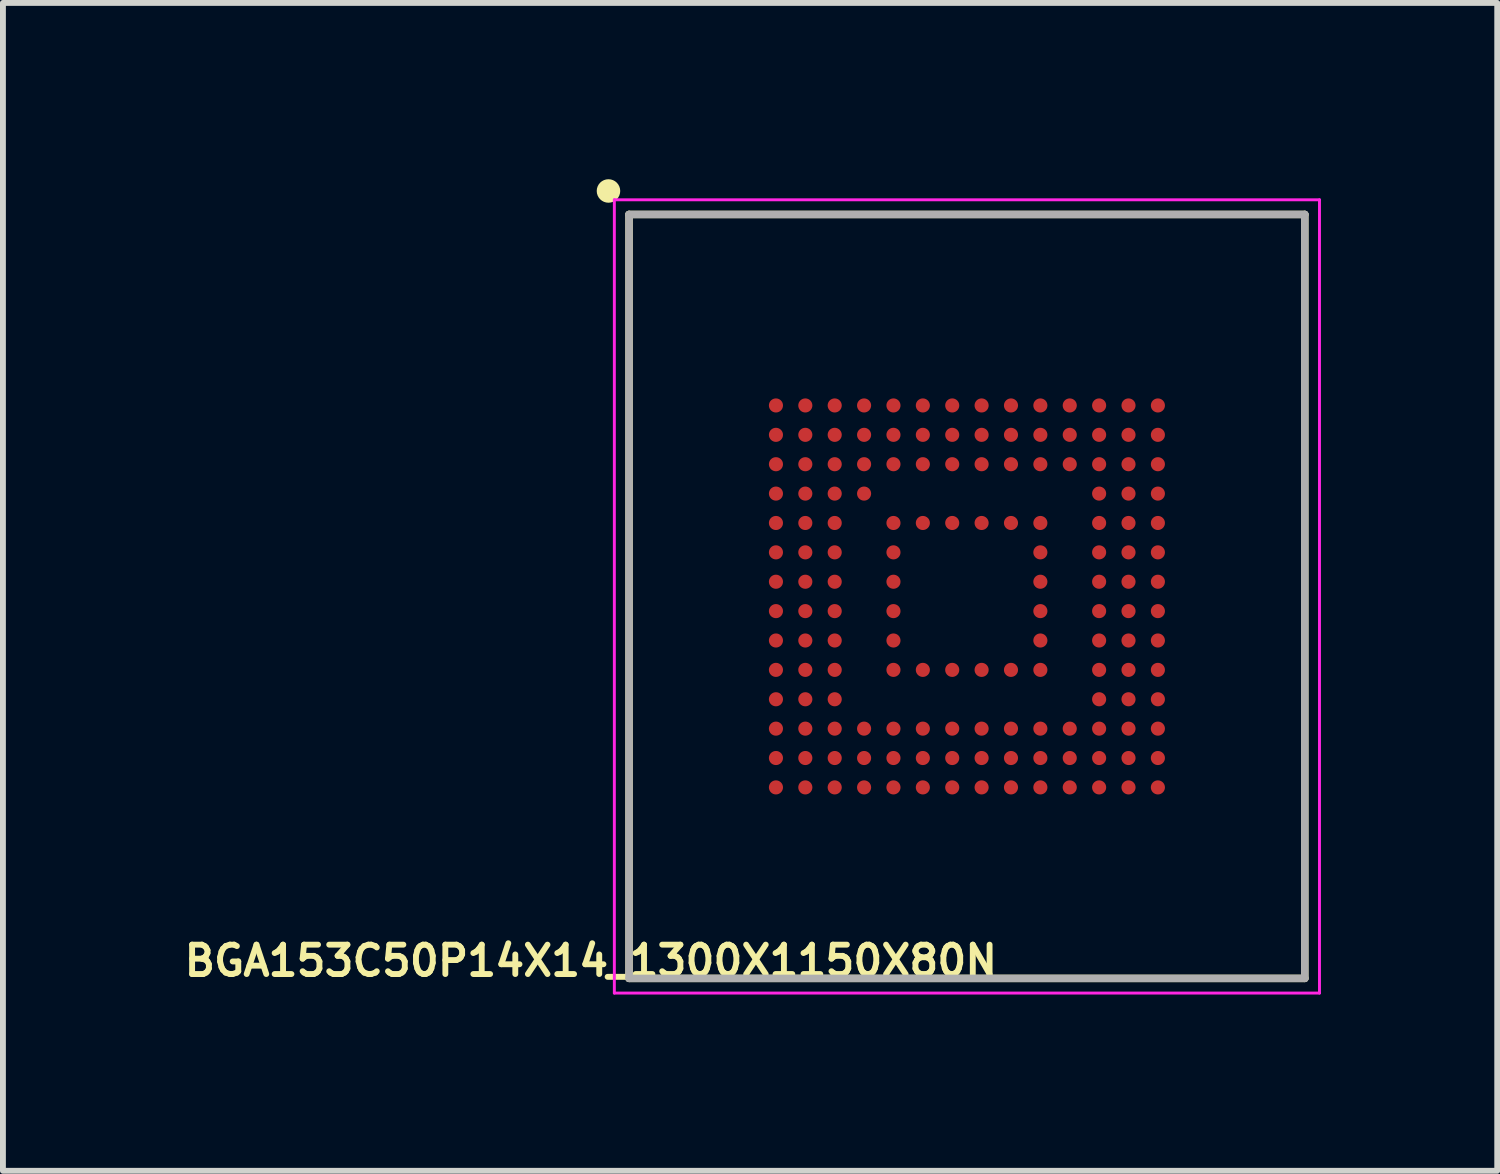
<source format=kicad_pcb>
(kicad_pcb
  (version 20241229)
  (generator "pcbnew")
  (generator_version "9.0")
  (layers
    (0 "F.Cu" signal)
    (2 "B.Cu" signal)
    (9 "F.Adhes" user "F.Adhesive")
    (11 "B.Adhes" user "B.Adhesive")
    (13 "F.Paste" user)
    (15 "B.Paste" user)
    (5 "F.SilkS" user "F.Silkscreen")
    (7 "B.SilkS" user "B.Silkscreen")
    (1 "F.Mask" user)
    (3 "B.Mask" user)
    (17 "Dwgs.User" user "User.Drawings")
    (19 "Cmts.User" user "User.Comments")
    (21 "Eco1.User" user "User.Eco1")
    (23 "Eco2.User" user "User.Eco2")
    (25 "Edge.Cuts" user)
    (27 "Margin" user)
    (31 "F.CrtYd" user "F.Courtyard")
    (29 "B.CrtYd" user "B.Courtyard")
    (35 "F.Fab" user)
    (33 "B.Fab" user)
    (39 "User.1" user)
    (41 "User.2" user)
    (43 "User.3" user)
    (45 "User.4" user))
  (footprint "BGA153C50P14X14_1300X1150X80N"
    (layer "F.Cu")
    (at 13.405 7.1)
    (property "Reference" "BGA153C50P14X14_1300X1150X80N" (at -6.4 6.2 0) (layer "F.SilkS") (effects (font (size 0.5 0.5) (thickness 0.1))))
    (attr smd)
    (fp_line (start -5.75 6.5) (end -5.75 -6.5) (stroke (width 0.127) (type solid)) (layer "F.SilkS"))
    (fp_line (start 5.75 -6.5) (end -5.75 -6.5) (stroke (width 0.127) (type solid)) (layer "F.SilkS"))
    (fp_line (start 5.75 6.5) (end -5.75 6.5) (stroke (width 0.127) (type solid)) (layer "F.SilkS"))
    (fp_line (start 5.75 6.5) (end 5.75 -6.5) (stroke (width 0.127) (type solid)) (layer "F.SilkS"))
    (fp_circle (center -6.1 -6.9) (end -6 -6.9) (stroke (width 0.2) (type solid)) (fill no) (layer "F.SilkS"))
    (fp_line (start -6 -6.75) (end 6 -6.75) (stroke (width 0.05) (type solid)) (layer "F.CrtYd"))
    (fp_line (start -6 6.75) (end -6 -6.75) (stroke (width 0.05) (type solid)) (layer "F.CrtYd"))
    (fp_line (start -6 6.75) (end 6 6.75) (stroke (width 0.05) (type solid)) (layer "F.CrtYd"))
    (fp_line (start 6 6.75) (end 6 -6.75) (stroke (width 0.05) (type solid)) (layer "F.CrtYd"))
    (fp_line (start -5.75 6.5) (end -5.75 -6.5) (stroke (width 0.127) (type solid)) (layer "F.Fab"))
    (fp_line (start 5.75 -6.5) (end -5.75 -6.5) (stroke (width 0.127) (type solid)) (layer "F.Fab"))
    (fp_line (start 5.75 6.5) (end -5.75 6.5) (stroke (width 0.127) (type solid)) (layer "F.Fab"))
    (fp_line (start 5.75 6.5) (end 5.75 -6.5) (stroke (width 0.127) (type solid)) (layer "F.Fab"))
    (pad "A1" smd circle (at -3.25 -3.25) (size 0.24 0.24) (layers "F.Cu" "F.Mask" "F.Paste"))
    (pad "A2" smd circle (at -2.75 -3.25) (size 0.24 0.24) (layers "F.Cu" "F.Mask" "F.Paste"))
    (pad "A3" smd circle (at -2.25 -3.25) (size 0.24 0.24) (layers "F.Cu" "F.Mask" "F.Paste"))
    (pad "A4" smd circle (at -1.75 -3.25) (size 0.24 0.24) (layers "F.Cu" "F.Mask" "F.Paste"))
    (pad "A5" smd circle (at -1.25 -3.25) (size 0.24 0.24) (layers "F.Cu" "F.Mask" "F.Paste"))
    (pad "A6" smd circle (at -0.75 -3.25) (size 0.24 0.24) (layers "F.Cu" "F.Mask" "F.Paste"))
    (pad "A7" smd circle (at -0.25 -3.25) (size 0.24 0.24) (layers "F.Cu" "F.Mask" "F.Paste"))
    (pad "A8" smd circle (at 0.25 -3.25) (size 0.24 0.24) (layers "F.Cu" "F.Mask" "F.Paste"))
    (pad "A9" smd circle (at 0.75 -3.25) (size 0.24 0.24) (layers "F.Cu" "F.Mask" "F.Paste"))
    (pad "A10" smd circle (at 1.25 -3.25) (size 0.24 0.24) (layers "F.Cu" "F.Mask" "F.Paste"))
    (pad "A11" smd circle (at 1.75 -3.25) (size 0.24 0.24) (layers "F.Cu" "F.Mask" "F.Paste"))
    (pad "A12" smd circle (at 2.25 -3.25) (size 0.24 0.24) (layers "F.Cu" "F.Mask" "F.Paste"))
    (pad "A13" smd circle (at 2.75 -3.25) (size 0.24 0.24) (layers "F.Cu" "F.Mask" "F.Paste"))
    (pad "A14" smd circle (at 3.25 -3.25) (size 0.24 0.24) (layers "F.Cu" "F.Mask" "F.Paste"))
    (pad "B1" smd circle (at -3.25 -2.75) (size 0.24 0.24) (layers "F.Cu" "F.Mask" "F.Paste"))
    (pad "B2" smd circle (at -2.75 -2.75) (size 0.24 0.24) (layers "F.Cu" "F.Mask" "F.Paste"))
    (pad "B3" smd circle (at -2.25 -2.75) (size 0.24 0.24) (layers "F.Cu" "F.Mask" "F.Paste"))
    (pad "B4" smd circle (at -1.75 -2.75) (size 0.24 0.24) (layers "F.Cu" "F.Mask" "F.Paste"))
    (pad "B5" smd circle (at -1.25 -2.75) (size 0.24 0.24) (layers "F.Cu" "F.Mask" "F.Paste"))
    (pad "B6" smd circle (at -0.75 -2.75) (size 0.24 0.24) (layers "F.Cu" "F.Mask" "F.Paste"))
    (pad "B7" smd circle (at -0.25 -2.75) (size 0.24 0.24) (layers "F.Cu" "F.Mask" "F.Paste"))
    (pad "B8" smd circle (at 0.25 -2.75) (size 0.24 0.24) (layers "F.Cu" "F.Mask" "F.Paste"))
    (pad "B9" smd circle (at 0.75 -2.75) (size 0.24 0.24) (layers "F.Cu" "F.Mask" "F.Paste"))
    (pad "B10" smd circle (at 1.25 -2.75) (size 0.24 0.24) (layers "F.Cu" "F.Mask" "F.Paste"))
    (pad "B11" smd circle (at 1.75 -2.75) (size 0.24 0.24) (layers "F.Cu" "F.Mask" "F.Paste"))
    (pad "B12" smd circle (at 2.25 -2.75) (size 0.24 0.24) (layers "F.Cu" "F.Mask" "F.Paste"))
    (pad "B13" smd circle (at 2.75 -2.75) (size 0.24 0.24) (layers "F.Cu" "F.Mask" "F.Paste"))
    (pad "B14" smd circle (at 3.25 -2.75) (size 0.24 0.24) (layers "F.Cu" "F.Mask" "F.Paste"))
    (pad "C1" smd circle (at -3.25 -2.25) (size 0.24 0.24) (layers "F.Cu" "F.Mask" "F.Paste"))
    (pad "C2" smd circle (at -2.75 -2.25) (size 0.24 0.24) (layers "F.Cu" "F.Mask" "F.Paste"))
    (pad "C3" smd circle (at -2.25 -2.25) (size 0.24 0.24) (layers "F.Cu" "F.Mask" "F.Paste"))
    (pad "C4" smd circle (at -1.75 -2.25) (size 0.24 0.24) (layers "F.Cu" "F.Mask" "F.Paste"))
    (pad "C5" smd circle (at -1.25 -2.25) (size 0.24 0.24) (layers "F.Cu" "F.Mask" "F.Paste"))
    (pad "C6" smd circle (at -0.75 -2.25) (size 0.24 0.24) (layers "F.Cu" "F.Mask" "F.Paste"))
    (pad "C7" smd circle (at -0.25 -2.25) (size 0.24 0.24) (layers "F.Cu" "F.Mask" "F.Paste"))
    (pad "C8" smd circle (at 0.25 -2.25) (size 0.24 0.24) (layers "F.Cu" "F.Mask" "F.Paste"))
    (pad "C9" smd circle (at 0.75 -2.25) (size 0.24 0.24) (layers "F.Cu" "F.Mask" "F.Paste"))
    (pad "C10" smd circle (at 1.25 -2.25) (size 0.24 0.24) (layers "F.Cu" "F.Mask" "F.Paste"))
    (pad "C11" smd circle (at 1.75 -2.25) (size 0.24 0.24) (layers "F.Cu" "F.Mask" "F.Paste"))
    (pad "C12" smd circle (at 2.25 -2.25) (size 0.24 0.24) (layers "F.Cu" "F.Mask" "F.Paste"))
    (pad "C13" smd circle (at 2.75 -2.25) (size 0.24 0.24) (layers "F.Cu" "F.Mask" "F.Paste"))
    (pad "C14" smd circle (at 3.25 -2.25) (size 0.24 0.24) (layers "F.Cu" "F.Mask" "F.Paste"))
    (pad "D1" smd circle (at -3.25 -1.75) (size 0.24 0.24) (layers "F.Cu" "F.Mask" "F.Paste"))
    (pad "D2" smd circle (at -2.75 -1.75) (size 0.24 0.24) (layers "F.Cu" "F.Mask" "F.Paste"))
    (pad "D3" smd circle (at -2.25 -1.75) (size 0.24 0.24) (layers "F.Cu" "F.Mask" "F.Paste"))
    (pad "D4" smd circle (at -1.75 -1.75) (size 0.24 0.24) (layers "F.Cu" "F.Mask" "F.Paste"))
    (pad "D12" smd circle (at 2.25 -1.75) (size 0.24 0.24) (layers "F.Cu" "F.Mask" "F.Paste"))
    (pad "D13" smd circle (at 2.75 -1.75) (size 0.24 0.24) (layers "F.Cu" "F.Mask" "F.Paste"))
    (pad "D14" smd circle (at 3.25 -1.75) (size 0.24 0.24) (layers "F.Cu" "F.Mask" "F.Paste"))
    (pad "E1" smd circle (at -3.25 -1.25) (size 0.24 0.24) (layers "F.Cu" "F.Mask" "F.Paste"))
    (pad "E2" smd circle (at -2.75 -1.25) (size 0.24 0.24) (layers "F.Cu" "F.Mask" "F.Paste"))
    (pad "E3" smd circle (at -2.25 -1.25) (size 0.24 0.24) (layers "F.Cu" "F.Mask" "F.Paste"))
    (pad "E5" smd circle (at -1.25 -1.25) (size 0.24 0.24) (layers "F.Cu" "F.Mask" "F.Paste"))
    (pad "E6" smd circle (at -0.75 -1.25) (size 0.24 0.24) (layers "F.Cu" "F.Mask" "F.Paste"))
    (pad "E7" smd circle (at -0.25 -1.25) (size 0.24 0.24) (layers "F.Cu" "F.Mask" "F.Paste"))
    (pad "E8" smd circle (at 0.25 -1.25) (size 0.24 0.24) (layers "F.Cu" "F.Mask" "F.Paste"))
    (pad "E9" smd circle (at 0.75 -1.25) (size 0.24 0.24) (layers "F.Cu" "F.Mask" "F.Paste"))
    (pad "E10" smd circle (at 1.25 -1.25) (size 0.24 0.24) (layers "F.Cu" "F.Mask" "F.Paste"))
    (pad "E12" smd circle (at 2.25 -1.25) (size 0.24 0.24) (layers "F.Cu" "F.Mask" "F.Paste"))
    (pad "E13" smd circle (at 2.75 -1.25) (size 0.24 0.24) (layers "F.Cu" "F.Mask" "F.Paste"))
    (pad "E14" smd circle (at 3.25 -1.25) (size 0.24 0.24) (layers "F.Cu" "F.Mask" "F.Paste"))
    (pad "F1" smd circle (at -3.25 -0.75) (size 0.24 0.24) (layers "F.Cu" "F.Mask" "F.Paste"))
    (pad "F2" smd circle (at -2.75 -0.75) (size 0.24 0.24) (layers "F.Cu" "F.Mask" "F.Paste"))
    (pad "F3" smd circle (at -2.25 -0.75) (size 0.24 0.24) (layers "F.Cu" "F.Mask" "F.Paste"))
    (pad "F5" smd circle (at -1.25 -0.75) (size 0.24 0.24) (layers "F.Cu" "F.Mask" "F.Paste"))
    (pad "F10" smd circle (at 1.25 -0.75) (size 0.24 0.24) (layers "F.Cu" "F.Mask" "F.Paste"))
    (pad "F12" smd circle (at 2.25 -0.75) (size 0.24 0.24) (layers "F.Cu" "F.Mask" "F.Paste"))
    (pad "F13" smd circle (at 2.75 -0.75) (size 0.24 0.24) (layers "F.Cu" "F.Mask" "F.Paste"))
    (pad "F14" smd circle (at 3.25 -0.75) (size 0.24 0.24) (layers "F.Cu" "F.Mask" "F.Paste"))
    (pad "G1" smd circle (at -3.25 -0.25) (size 0.24 0.24) (layers "F.Cu" "F.Mask" "F.Paste"))
    (pad "G2" smd circle (at -2.75 -0.25) (size 0.24 0.24) (layers "F.Cu" "F.Mask" "F.Paste"))
    (pad "G3" smd circle (at -2.25 -0.25) (size 0.24 0.24) (layers "F.Cu" "F.Mask" "F.Paste"))
    (pad "G5" smd circle (at -1.25 -0.25) (size 0.24 0.24) (layers "F.Cu" "F.Mask" "F.Paste"))
    (pad "G10" smd circle (at 1.25 -0.25) (size 0.24 0.24) (layers "F.Cu" "F.Mask" "F.Paste"))
    (pad "G12" smd circle (at 2.25 -0.25) (size 0.24 0.24) (layers "F.Cu" "F.Mask" "F.Paste"))
    (pad "G13" smd circle (at 2.75 -0.25) (size 0.24 0.24) (layers "F.Cu" "F.Mask" "F.Paste"))
    (pad "G14" smd circle (at 3.25 -0.25) (size 0.24 0.24) (layers "F.Cu" "F.Mask" "F.Paste"))
    (pad "H1" smd circle (at -3.25 0.25) (size 0.24 0.24) (layers "F.Cu" "F.Mask" "F.Paste"))
    (pad "H2" smd circle (at -2.75 0.25) (size 0.24 0.24) (layers "F.Cu" "F.Mask" "F.Paste"))
    (pad "H3" smd circle (at -2.25 0.25) (size 0.24 0.24) (layers "F.Cu" "F.Mask" "F.Paste"))
    (pad "H5" smd circle (at -1.25 0.25) (size 0.24 0.24) (layers "F.Cu" "F.Mask" "F.Paste"))
    (pad "H10" smd circle (at 1.25 0.25) (size 0.24 0.24) (layers "F.Cu" "F.Mask" "F.Paste"))
    (pad "H12" smd circle (at 2.25 0.25) (size 0.24 0.24) (layers "F.Cu" "F.Mask" "F.Paste"))
    (pad "H13" smd circle (at 2.75 0.25) (size 0.24 0.24) (layers "F.Cu" "F.Mask" "F.Paste"))
    (pad "H14" smd circle (at 3.25 0.25) (size 0.24 0.24) (layers "F.Cu" "F.Mask" "F.Paste"))
    (pad "J1" smd circle (at -3.25 0.75) (size 0.24 0.24) (layers "F.Cu" "F.Mask" "F.Paste"))
    (pad "J2" smd circle (at -2.75 0.75) (size 0.24 0.24) (layers "F.Cu" "F.Mask" "F.Paste"))
    (pad "J3" smd circle (at -2.25 0.75) (size 0.24 0.24) (layers "F.Cu" "F.Mask" "F.Paste"))
    (pad "J5" smd circle (at -1.25 0.75) (size 0.24 0.24) (layers "F.Cu" "F.Mask" "F.Paste"))
    (pad "J10" smd circle (at 1.25 0.75) (size 0.24 0.24) (layers "F.Cu" "F.Mask" "F.Paste"))
    (pad "J12" smd circle (at 2.25 0.75) (size 0.24 0.24) (layers "F.Cu" "F.Mask" "F.Paste"))
    (pad "J13" smd circle (at 2.75 0.75) (size 0.24 0.24) (layers "F.Cu" "F.Mask" "F.Paste"))
    (pad "J14" smd circle (at 3.25 0.75) (size 0.24 0.24) (layers "F.Cu" "F.Mask" "F.Paste"))
    (pad "K1" smd circle (at -3.25 1.25) (size 0.24 0.24) (layers "F.Cu" "F.Mask" "F.Paste"))
    (pad "K2" smd circle (at -2.75 1.25) (size 0.24 0.24) (layers "F.Cu" "F.Mask" "F.Paste"))
    (pad "K3" smd circle (at -2.25 1.25) (size 0.24 0.24) (layers "F.Cu" "F.Mask" "F.Paste"))
    (pad "K5" smd circle (at -1.25 1.25) (size 0.24 0.24) (layers "F.Cu" "F.Mask" "F.Paste"))
    (pad "K6" smd circle (at -0.75 1.25) (size 0.24 0.24) (layers "F.Cu" "F.Mask" "F.Paste"))
    (pad "K7" smd circle (at -0.25 1.25) (size 0.24 0.24) (layers "F.Cu" "F.Mask" "F.Paste"))
    (pad "K8" smd circle (at 0.25 1.25) (size 0.24 0.24) (layers "F.Cu" "F.Mask" "F.Paste"))
    (pad "K9" smd circle (at 0.75 1.25) (size 0.24 0.24) (layers "F.Cu" "F.Mask" "F.Paste"))
    (pad "K10" smd circle (at 1.25 1.25) (size 0.24 0.24) (layers "F.Cu" "F.Mask" "F.Paste"))
    (pad "K12" smd circle (at 2.25 1.25) (size 0.24 0.24) (layers "F.Cu" "F.Mask" "F.Paste"))
    (pad "K13" smd circle (at 2.75 1.25) (size 0.24 0.24) (layers "F.Cu" "F.Mask" "F.Paste"))
    (pad "K14" smd circle (at 3.25 1.25) (size 0.24 0.24) (layers "F.Cu" "F.Mask" "F.Paste"))
    (pad "L1" smd circle (at -3.25 1.75) (size 0.24 0.24) (layers "F.Cu" "F.Mask" "F.Paste"))
    (pad "L2" smd circle (at -2.75 1.75) (size 0.24 0.24) (layers "F.Cu" "F.Mask" "F.Paste"))
    (pad "L3" smd circle (at -2.25 1.75) (size 0.24 0.24) (layers "F.Cu" "F.Mask" "F.Paste"))
    (pad "L12" smd circle (at 2.25 1.75) (size 0.24 0.24) (layers "F.Cu" "F.Mask" "F.Paste"))
    (pad "L13" smd circle (at 2.75 1.75) (size 0.24 0.24) (layers "F.Cu" "F.Mask" "F.Paste"))
    (pad "L14" smd circle (at 3.25 1.75) (size 0.24 0.24) (layers "F.Cu" "F.Mask" "F.Paste"))
    (pad "M1" smd circle (at -3.25 2.25) (size 0.24 0.24) (layers "F.Cu" "F.Mask" "F.Paste"))
    (pad "M2" smd circle (at -2.75 2.25) (size 0.24 0.24) (layers "F.Cu" "F.Mask" "F.Paste"))
    (pad "M3" smd circle (at -2.25 2.25) (size 0.24 0.24) (layers "F.Cu" "F.Mask" "F.Paste"))
    (pad "M4" smd circle (at -1.75 2.25) (size 0.24 0.24) (layers "F.Cu" "F.Mask" "F.Paste"))
    (pad "M5" smd circle (at -1.25 2.25) (size 0.24 0.24) (layers "F.Cu" "F.Mask" "F.Paste"))
    (pad "M6" smd circle (at -0.75 2.25) (size 0.24 0.24) (layers "F.Cu" "F.Mask" "F.Paste"))
    (pad "M7" smd circle (at -0.25 2.25) (size 0.24 0.24) (layers "F.Cu" "F.Mask" "F.Paste"))
    (pad "M8" smd circle (at 0.25 2.25) (size 0.24 0.24) (layers "F.Cu" "F.Mask" "F.Paste"))
    (pad "M9" smd circle (at 0.75 2.25) (size 0.24 0.24) (layers "F.Cu" "F.Mask" "F.Paste"))
    (pad "M10" smd circle (at 1.25 2.25) (size 0.24 0.24) (layers "F.Cu" "F.Mask" "F.Paste"))
    (pad "M11" smd circle (at 1.75 2.25) (size 0.24 0.24) (layers "F.Cu" "F.Mask" "F.Paste"))
    (pad "M12" smd circle (at 2.25 2.25) (size 0.24 0.24) (layers "F.Cu" "F.Mask" "F.Paste"))
    (pad "M13" smd circle (at 2.75 2.25) (size 0.24 0.24) (layers "F.Cu" "F.Mask" "F.Paste"))
    (pad "M14" smd circle (at 3.25 2.25) (size 0.24 0.24) (layers "F.Cu" "F.Mask" "F.Paste"))
    (pad "N1" smd circle (at -3.25 2.75) (size 0.24 0.24) (layers "F.Cu" "F.Mask" "F.Paste"))
    (pad "N2" smd circle (at -2.75 2.75) (size 0.24 0.24) (layers "F.Cu" "F.Mask" "F.Paste"))
    (pad "N3" smd circle (at -2.25 2.75) (size 0.24 0.24) (layers "F.Cu" "F.Mask" "F.Paste"))
    (pad "N4" smd circle (at -1.75 2.75) (size 0.24 0.24) (layers "F.Cu" "F.Mask" "F.Paste"))
    (pad "N5" smd circle (at -1.25 2.75) (size 0.24 0.24) (layers "F.Cu" "F.Mask" "F.Paste"))
    (pad "N6" smd circle (at -0.75 2.75) (size 0.24 0.24) (layers "F.Cu" "F.Mask" "F.Paste"))
    (pad "N7" smd circle (at -0.25 2.75) (size 0.24 0.24) (layers "F.Cu" "F.Mask" "F.Paste"))
    (pad "N8" smd circle (at 0.25 2.75) (size 0.24 0.24) (layers "F.Cu" "F.Mask" "F.Paste"))
    (pad "N9" smd circle (at 0.75 2.75) (size 0.24 0.24) (layers "F.Cu" "F.Mask" "F.Paste"))
    (pad "N10" smd circle (at 1.25 2.75) (size 0.24 0.24) (layers "F.Cu" "F.Mask" "F.Paste"))
    (pad "N11" smd circle (at 1.75 2.75) (size 0.24 0.24) (layers "F.Cu" "F.Mask" "F.Paste"))
    (pad "N12" smd circle (at 2.25 2.75) (size 0.24 0.24) (layers "F.Cu" "F.Mask" "F.Paste"))
    (pad "N13" smd circle (at 2.75 2.75) (size 0.24 0.24) (layers "F.Cu" "F.Mask" "F.Paste"))
    (pad "N14" smd circle (at 3.25 2.75) (size 0.24 0.24) (layers "F.Cu" "F.Mask" "F.Paste"))
    (pad "P1" smd circle (at -3.25 3.25) (size 0.24 0.24) (layers "F.Cu" "F.Mask" "F.Paste"))
    (pad "P2" smd circle (at -2.75 3.25) (size 0.24 0.24) (layers "F.Cu" "F.Mask" "F.Paste"))
    (pad "P3" smd circle (at -2.25 3.25) (size 0.24 0.24) (layers "F.Cu" "F.Mask" "F.Paste"))
    (pad "P4" smd circle (at -1.75 3.25) (size 0.24 0.24) (layers "F.Cu" "F.Mask" "F.Paste"))
    (pad "P5" smd circle (at -1.25 3.25) (size 0.24 0.24) (layers "F.Cu" "F.Mask" "F.Paste"))
    (pad "P6" smd circle (at -0.75 3.25) (size 0.24 0.24) (layers "F.Cu" "F.Mask" "F.Paste"))
    (pad "P7" smd circle (at -0.25 3.25) (size 0.24 0.24) (layers "F.Cu" "F.Mask" "F.Paste"))
    (pad "P8" smd circle (at 0.25 3.25) (size 0.24 0.24) (layers "F.Cu" "F.Mask" "F.Paste"))
    (pad "P9" smd circle (at 0.75 3.25) (size 0.24 0.24) (layers "F.Cu" "F.Mask" "F.Paste"))
    (pad "P10" smd circle (at 1.25 3.25) (size 0.24 0.24) (layers "F.Cu" "F.Mask" "F.Paste"))
    (pad "P11" smd circle (at 1.75 3.25) (size 0.24 0.24) (layers "F.Cu" "F.Mask" "F.Paste"))
    (pad "P12" smd circle (at 2.25 3.25) (size 0.24 0.24) (layers "F.Cu" "F.Mask" "F.Paste"))
    (pad "P13" smd circle (at 2.75 3.25) (size 0.24 0.24) (layers "F.Cu" "F.Mask" "F.Paste"))
    (pad "P14" smd circle (at 3.25 3.25) (size 0.24 0.24) (layers "F.Cu" "F.Mask" "F.Paste")))
  (gr_rect
    (start -3 -3)
    (end 22.43 16.875)
    (stroke (width 0.1) (type default))
    (fill no)
    (layer "Edge.Cuts")))
</source>
